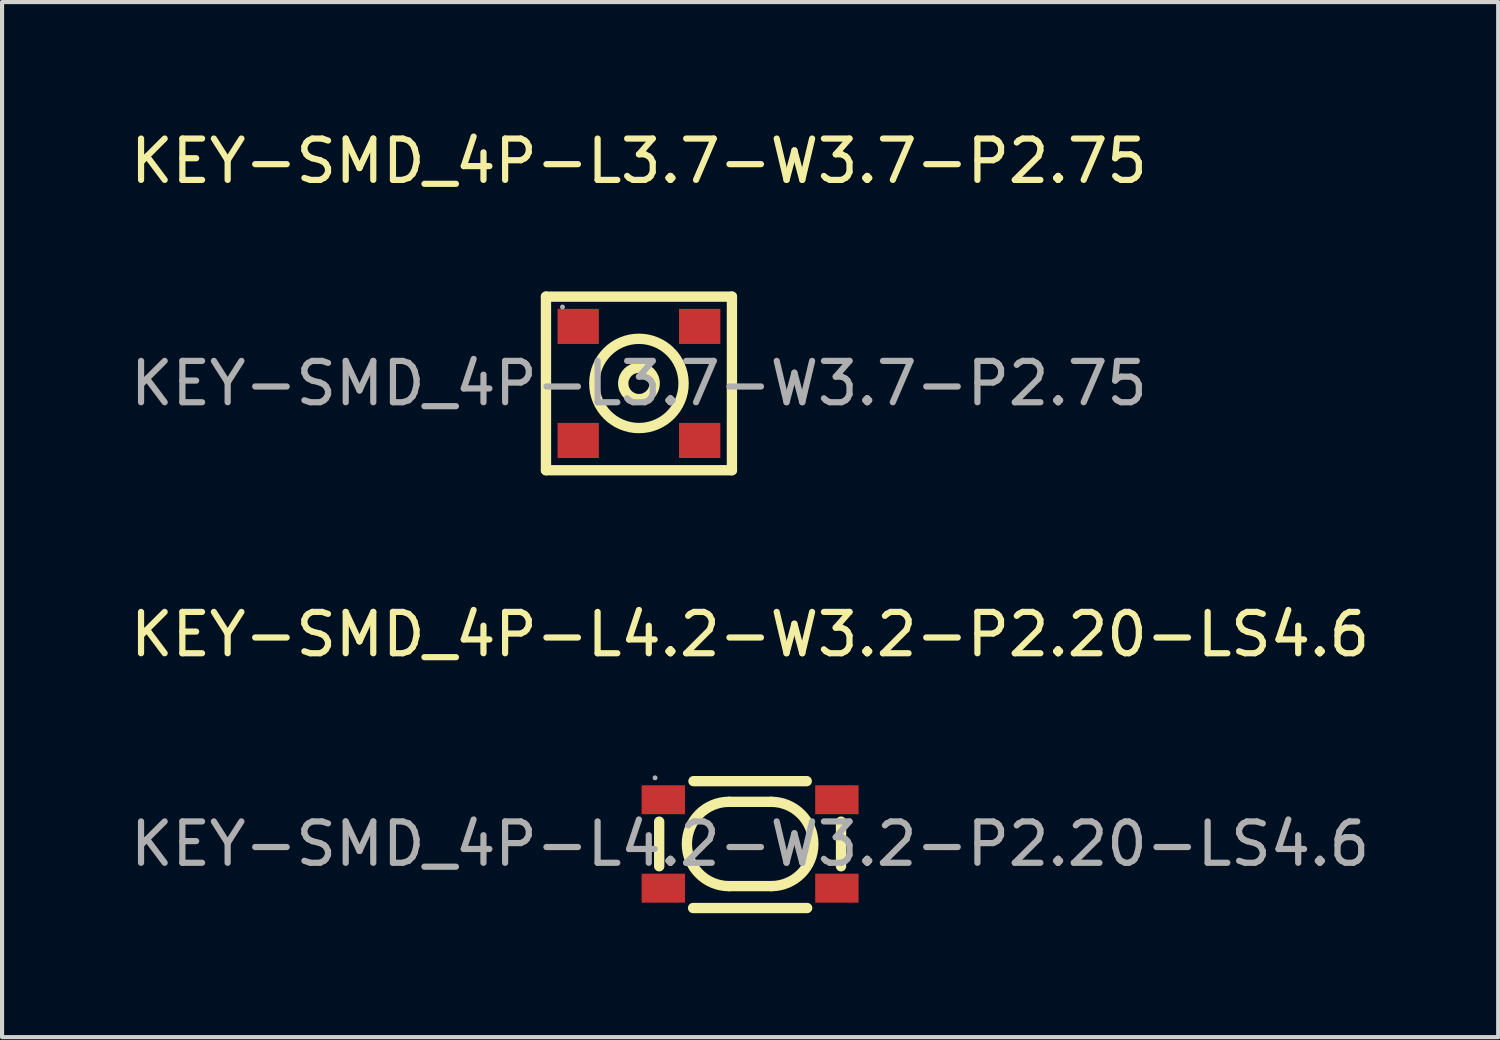
<source format=kicad_pcb>
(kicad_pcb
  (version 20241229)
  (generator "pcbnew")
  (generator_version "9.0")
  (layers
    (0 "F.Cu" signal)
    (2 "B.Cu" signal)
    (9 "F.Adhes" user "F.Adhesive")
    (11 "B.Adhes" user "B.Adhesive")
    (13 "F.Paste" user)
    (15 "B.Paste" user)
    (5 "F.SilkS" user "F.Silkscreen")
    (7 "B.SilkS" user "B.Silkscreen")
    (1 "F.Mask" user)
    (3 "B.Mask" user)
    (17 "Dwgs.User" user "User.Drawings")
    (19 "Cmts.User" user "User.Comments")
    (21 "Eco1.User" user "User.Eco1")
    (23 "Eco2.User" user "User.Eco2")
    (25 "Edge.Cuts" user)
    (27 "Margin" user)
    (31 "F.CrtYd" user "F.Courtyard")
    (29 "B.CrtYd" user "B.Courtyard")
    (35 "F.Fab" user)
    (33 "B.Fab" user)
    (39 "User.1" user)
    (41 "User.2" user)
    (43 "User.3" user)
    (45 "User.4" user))
  (footprint "KEY-SMD_4P-L4.2-W3.2-P2.20-LS4.6"
    (layer "F.Cu")
    (at 15.101 17.372)
    (property "Reference" "KEY-SMD_4P-L4.2-W3.2-P2.20-LS4.6" (at 0 -5.07 0) (layer "F.SilkS") (effects (font (size 1 1) (thickness 0.15))))
    (attr smd)
    (fp_line (start -2.2 -0.54) (end -2.2 0.54) (stroke (width 0.25) (type solid)) (layer "F.SilkS"))
    (fp_line (start -1.38 1.55) (end 1.38 1.55) (stroke (width 0.25) (type solid)) (layer "F.SilkS"))
    (fp_line (start -0.51 -1.02) (end 0.51 -1.02) (stroke (width 0.25) (type solid)) (layer "F.SilkS"))
    (fp_line (start -0.51 1.02) (end 0.51 1.02) (stroke (width 0.25) (type solid)) (layer "F.SilkS"))
    (fp_line (start 1.37 -1.52) (end -1.37 -1.52) (stroke (width 0.25) (type solid)) (layer "F.SilkS"))
    (fp_line (start 2.2 -0.54) (end 2.2 0.54) (stroke (width 0.25) (type solid)) (layer "F.SilkS"))
    (fp_arc (start -0.51 1.02) (mid -1.53 0) (end -0.51 -1.02) (stroke (width 0.25) (type solid)) (layer "F.SilkS"))
    (fp_arc (start 0.51 -1.02) (mid 1.53 0) (end 0.51 1.02) (stroke (width 0.25) (type solid)) (layer "F.SilkS"))
    (fp_circle (center -2.3 -1.6) (end -2.27 -1.6) (stroke (width 0.06) (type solid)) (fill no) (layer "F.Fab"))
    (fp_text user "${REFERENCE}" (at 0 0 0) (layer "F.Fab") (effects (font (size 1 1) (thickness 0.15))))
    (pad "1" smd rect (at -2.1 -1.07) (size 1.05 0.7) (layers "F.Cu" "F.Mask" "F.Paste"))
    (pad "2" smd rect (at 2.1 -1.07) (size 1.05 0.7) (layers "F.Cu" "F.Mask" "F.Paste"))
    (pad "3" smd rect (at -2.1 1.07) (size 1.05 0.7) (layers "F.Cu" "F.Mask" "F.Paste"))
    (pad "4" smd rect (at 2.1 1.07) (size 1.05 0.7) (layers "F.Cu" "F.Mask" "F.Paste")))
  (footprint "KEY-SMD_4P-L3.7-W3.7-P2.75"
    (layer "F.Cu")
    (at 12.411 6.228)
    (property "Reference" "KEY-SMD_4P-L3.7-W3.7-P2.75" (at 0 -5.38 0) (layer "F.SilkS") (effects (font (size 1 1) (thickness 0.15))))
    (attr smd)
    (fp_line (start -2.25 -2.1) (end 2.25 -2.1) (stroke (width 0.25) (type solid)) (layer "F.SilkS"))
    (fp_line (start -2.25 2.1) (end -2.25 -2.1) (stroke (width 0.25) (type solid)) (layer "F.SilkS"))
    (fp_line (start 2.25 -2.1) (end 2.25 2.1) (stroke (width 0.25) (type solid)) (layer "F.SilkS"))
    (fp_line (start 2.25 2.1) (end -2.25 2.1) (stroke (width 0.25) (type solid)) (layer "F.SilkS"))
    (fp_circle (center 0 0) (end 0.38 0) (stroke (width 0.25) (type solid)) (fill no) (layer "F.SilkS"))
    (fp_circle (center 0 0) (end 1.08 0) (stroke (width 0.25) (type solid)) (fill no) (layer "F.SilkS"))
    (fp_circle (center -1.85 -1.85) (end -1.82 -1.85) (stroke (width 0.06) (type solid)) (fill no) (layer "F.Fab"))
    (fp_text user "${REFERENCE}" (at 0 0 0) (layer "F.Fab") (effects (font (size 1 1) (thickness 0.15))))
    (pad "1" smd rect (at -1.47 -1.38) (size 1 0.85) (layers "F.Cu" "F.Mask" "F.Paste"))
    (pad "2" smd rect (at 1.47 -1.38) (size 1 0.85) (layers "F.Cu" "F.Mask" "F.Paste"))
    (pad "3" smd rect (at 1.47 1.38) (size 1 0.85) (layers "F.Cu" "F.Mask" "F.Paste"))
    (pad "4" smd rect (at -1.47 1.38) (size 1 0.85) (layers "F.Cu" "F.Mask" "F.Paste")))
  (gr_rect
    (start -3 -3)
    (end 33.202 22.047)
    (stroke (width 0.1) (type default))
    (fill no)
    (layer "Edge.Cuts")))
</source>
